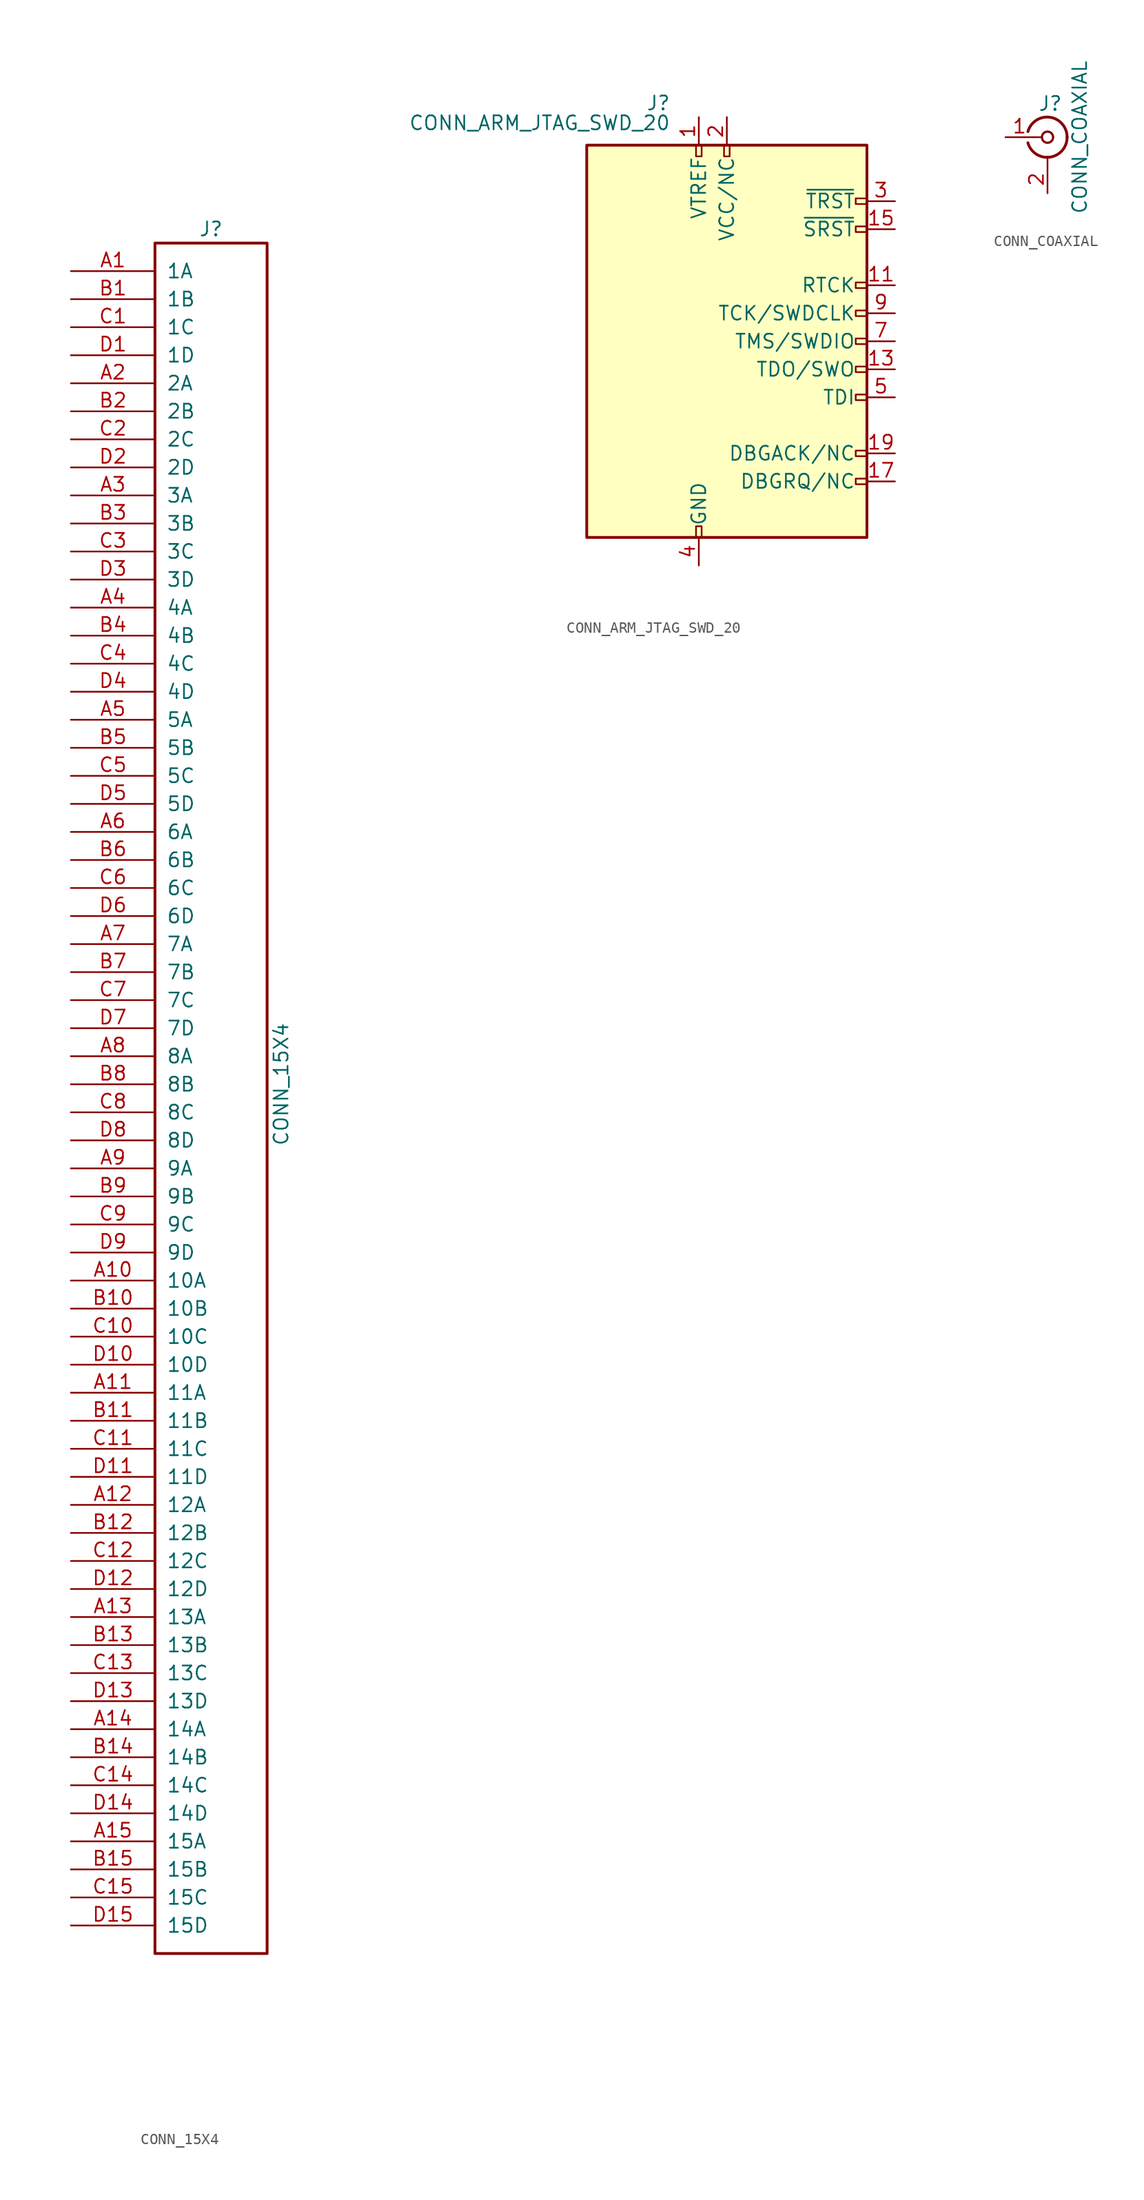
<source format=kicad_sym>
(kicad_symbol_lib
  (version 20211014)
  (generator kicad_symbol_editor)
  (symbol "CONN_15X4"
    (pin_names
      (offset 1.016))
    (property "Reference" "J"
      (at 0 78.74 0)
      (effects (font (size 1.27 1.27))))
    (property "Value" "CONN_15X4"
      (at 6.35 1.27 90)
      (effects (font (size 1.27 1.27))))
    (symbol "CONN_15X4_0_1"
      (rectangle (start 5.08 -77.47) (end -5.08 77.47) (stroke (width 0.254) (type default) (color 0 0 0 0)) (fill (type none))))
    (symbol "CONN_15X4_1_1"
      (pin passive line (at -12.7 74.93 0) (length 7.62) (name "1A" (effects (font (size 1.27 1.27)))) (number "A1" (effects (font (size 1.27 1.27)))))
      (pin passive line (at -12.7 -16.51 0) (length 7.62) (name "10A" (effects (font (size 1.27 1.27)))) (number "A10" (effects (font (size 1.27 1.27)))))
      (pin passive line (at -12.7 -26.67 0) (length 7.62) (name "11A" (effects (font (size 1.27 1.27)))) (number "A11" (effects (font (size 1.27 1.27)))))
      (pin passive line (at -12.7 -36.83 0) (length 7.62) (name "12A" (effects (font (size 1.27 1.27)))) (number "A12" (effects (font (size 1.27 1.27)))))
      (pin passive line (at -12.7 -46.99 0) (length 7.62) (name "13A" (effects (font (size 1.27 1.27)))) (number "A13" (effects (font (size 1.27 1.27)))))
      (pin passive line (at -12.7 -57.15 0) (length 7.62) (name "14A" (effects (font (size 1.27 1.27)))) (number "A14" (effects (font (size 1.27 1.27)))))
      (pin passive line (at -12.7 -67.31 0) (length 7.62) (name "15A" (effects (font (size 1.27 1.27)))) (number "A15" (effects (font (size 1.27 1.27)))))
      (pin passive line (at -12.7 64.77 0) (length 7.62) (name "2A" (effects (font (size 1.27 1.27)))) (number "A2" (effects (font (size 1.27 1.27)))))
      (pin passive line (at -12.7 54.61 0) (length 7.62) (name "3A" (effects (font (size 1.27 1.27)))) (number "A3" (effects (font (size 1.27 1.27)))))
      (pin passive line (at -12.7 44.45 0) (length 7.62) (name "4A" (effects (font (size 1.27 1.27)))) (number "A4" (effects (font (size 1.27 1.27)))))
      (pin passive line (at -12.7 34.29 0) (length 7.62) (name "5A" (effects (font (size 1.27 1.27)))) (number "A5" (effects (font (size 1.27 1.27)))))
      (pin passive line (at -12.7 24.13 0) (length 7.62) (name "6A" (effects (font (size 1.27 1.27)))) (number "A6" (effects (font (size 1.27 1.27)))))
      (pin passive line (at -12.7 13.97 0) (length 7.62) (name "7A" (effects (font (size 1.27 1.27)))) (number "A7" (effects (font (size 1.27 1.27)))))
      (pin passive line (at -12.7 3.81 0) (length 7.62) (name "8A" (effects (font (size 1.27 1.27)))) (number "A8" (effects (font (size 1.27 1.27)))))
      (pin passive line (at -12.7 -6.35 0) (length 7.62) (name "9A" (effects (font (size 1.27 1.27)))) (number "A9" (effects (font (size 1.27 1.27)))))
      (pin passive line (at -12.7 72.39 0) (length 7.62) (name "1B" (effects (font (size 1.27 1.27)))) (number "B1" (effects (font (size 1.27 1.27)))))
      (pin passive line (at -12.7 -19.05 0) (length 7.62) (name "10B" (effects (font (size 1.27 1.27)))) (number "B10" (effects (font (size 1.27 1.27)))))
      (pin passive line (at -12.7 -29.21 0) (length 7.62) (name "11B" (effects (font (size 1.27 1.27)))) (number "B11" (effects (font (size 1.27 1.27)))))
      (pin passive line (at -12.7 -39.37 0) (length 7.62) (name "12B" (effects (font (size 1.27 1.27)))) (number "B12" (effects (font (size 1.27 1.27)))))
      (pin passive line (at -12.7 -49.53 0) (length 7.62) (name "13B" (effects (font (size 1.27 1.27)))) (number "B13" (effects (font (size 1.27 1.27)))))
      (pin passive line (at -12.7 -59.69 0) (length 7.62) (name "14B" (effects (font (size 1.27 1.27)))) (number "B14" (effects (font (size 1.27 1.27)))))
      (pin passive line (at -12.7 -69.85 0) (length 7.62) (name "15B" (effects (font (size 1.27 1.27)))) (number "B15" (effects (font (size 1.27 1.27)))))
      (pin passive line (at -12.7 62.23 0) (length 7.62) (name "2B" (effects (font (size 1.27 1.27)))) (number "B2" (effects (font (size 1.27 1.27)))))
      (pin passive line (at -12.7 52.07 0) (length 7.62) (name "3B" (effects (font (size 1.27 1.27)))) (number "B3" (effects (font (size 1.27 1.27)))))
      (pin passive line (at -12.7 41.91 0) (length 7.62) (name "4B" (effects (font (size 1.27 1.27)))) (number "B4" (effects (font (size 1.27 1.27)))))
      (pin passive line (at -12.7 31.75 0) (length 7.62) (name "5B" (effects (font (size 1.27 1.27)))) (number "B5" (effects (font (size 1.27 1.27)))))
      (pin passive line (at -12.7 21.59 0) (length 7.62) (name "6B" (effects (font (size 1.27 1.27)))) (number "B6" (effects (font (size 1.27 1.27)))))
      (pin passive line (at -12.7 11.43 0) (length 7.62) (name "7B" (effects (font (size 1.27 1.27)))) (number "B7" (effects (font (size 1.27 1.27)))))
      (pin passive line (at -12.7 1.27 0) (length 7.62) (name "8B" (effects (font (size 1.27 1.27)))) (number "B8" (effects (font (size 1.27 1.27)))))
      (pin passive line (at -12.7 -8.89 0) (length 7.62) (name "9B" (effects (font (size 1.27 1.27)))) (number "B9" (effects (font (size 1.27 1.27)))))
      (pin passive line (at -12.7 69.85 0) (length 7.62) (name "1C" (effects (font (size 1.27 1.27)))) (number "C1" (effects (font (size 1.27 1.27)))))
      (pin passive line (at -12.7 -21.59 0) (length 7.62) (name "10C" (effects (font (size 1.27 1.27)))) (number "C10" (effects (font (size 1.27 1.27)))))
      (pin passive line (at -12.7 -31.75 0) (length 7.62) (name "11C" (effects (font (size 1.27 1.27)))) (number "C11" (effects (font (size 1.27 1.27)))))
      (pin passive line (at -12.7 -41.91 0) (length 7.62) (name "12C" (effects (font (size 1.27 1.27)))) (number "C12" (effects (font (size 1.27 1.27)))))
      (pin passive line (at -12.7 -52.07 0) (length 7.62) (name "13C" (effects (font (size 1.27 1.27)))) (number "C13" (effects (font (size 1.27 1.27)))))
      (pin passive line (at -12.7 -62.23 0) (length 7.62) (name "14C" (effects (font (size 1.27 1.27)))) (number "C14" (effects (font (size 1.27 1.27)))))
      (pin passive line (at -12.7 -72.39 0) (length 7.62) (name "15C" (effects (font (size 1.27 1.27)))) (number "C15" (effects (font (size 1.27 1.27)))))
      (pin passive line (at -12.7 59.69 0) (length 7.62) (name "2C" (effects (font (size 1.27 1.27)))) (number "C2" (effects (font (size 1.27 1.27)))))
      (pin passive line (at -12.7 49.53 0) (length 7.62) (name "3C" (effects (font (size 1.27 1.27)))) (number "C3" (effects (font (size 1.27 1.27)))))
      (pin passive line (at -12.7 39.37 0) (length 7.62) (name "4C" (effects (font (size 1.27 1.27)))) (number "C4" (effects (font (size 1.27 1.27)))))
      (pin passive line (at -12.7 29.21 0) (length 7.62) (name "5C" (effects (font (size 1.27 1.27)))) (number "C5" (effects (font (size 1.27 1.27)))))
      (pin passive line (at -12.7 19.05 0) (length 7.62) (name "6C" (effects (font (size 1.27 1.27)))) (number "C6" (effects (font (size 1.27 1.27)))))
      (pin passive line (at -12.7 8.89 0) (length 7.62) (name "7C" (effects (font (size 1.27 1.27)))) (number "C7" (effects (font (size 1.27 1.27)))))
      (pin passive line (at -12.7 -1.27 0) (length 7.62) (name "8C" (effects (font (size 1.27 1.27)))) (number "C8" (effects (font (size 1.27 1.27)))))
      (pin passive line (at -12.7 -11.43 0) (length 7.62) (name "9C" (effects (font (size 1.27 1.27)))) (number "C9" (effects (font (size 1.27 1.27)))))
      (pin passive line (at -12.7 67.31 0) (length 7.62) (name "1D" (effects (font (size 1.27 1.27)))) (number "D1" (effects (font (size 1.27 1.27)))))
      (pin passive line (at -12.7 -24.13 0) (length 7.62) (name "10D" (effects (font (size 1.27 1.27)))) (number "D10" (effects (font (size 1.27 1.27)))))
      (pin passive line (at -12.7 -34.29 0) (length 7.62) (name "11D" (effects (font (size 1.27 1.27)))) (number "D11" (effects (font (size 1.27 1.27)))))
      (pin passive line (at -12.7 -44.45 0) (length 7.62) (name "12D" (effects (font (size 1.27 1.27)))) (number "D12" (effects (font (size 1.27 1.27)))))
      (pin passive line (at -12.7 -54.61 0) (length 7.62) (name "13D" (effects (font (size 1.27 1.27)))) (number "D13" (effects (font (size 1.27 1.27)))))
      (pin passive line (at -12.7 -64.77 0) (length 7.62) (name "14D" (effects (font (size 1.27 1.27)))) (number "D14" (effects (font (size 1.27 1.27)))))
      (pin passive line (at -12.7 -74.93 0) (length 7.62) (name "15D" (effects (font (size 1.27 1.27)))) (number "D15" (effects (font (size 1.27 1.27)))))
      (pin passive line (at -12.7 57.15 0) (length 7.62) (name "2D" (effects (font (size 1.27 1.27)))) (number "D2" (effects (font (size 1.27 1.27)))))
      (pin passive line (at -12.7 46.99 0) (length 7.62) (name "3D" (effects (font (size 1.27 1.27)))) (number "D3" (effects (font (size 1.27 1.27)))))
      (pin passive line (at -12.7 36.83 0) (length 7.62) (name "4D" (effects (font (size 1.27 1.27)))) (number "D4" (effects (font (size 1.27 1.27)))))
      (pin passive line (at -12.7 26.67 0) (length 7.62) (name "5D" (effects (font (size 1.27 1.27)))) (number "D5" (effects (font (size 1.27 1.27)))))
      (pin passive line (at -12.7 16.51 0) (length 7.62) (name "6D" (effects (font (size 1.27 1.27)))) (number "D6" (effects (font (size 1.27 1.27)))))
      (pin passive line (at -12.7 6.35 0) (length 7.62) (name "7D" (effects (font (size 1.27 1.27)))) (number "D7" (effects (font (size 1.27 1.27)))))
      (pin passive line (at -12.7 -3.81 0) (length 7.62) (name "8D" (effects (font (size 1.27 1.27)))) (number "D8" (effects (font (size 1.27 1.27)))))
      (pin passive line (at -12.7 -13.97 0) (length 7.62) (name "9D" (effects (font (size 1.27 1.27)))) (number "D9" (effects (font (size 1.27 1.27)))))))
  (symbol "CONN_ARM_JTAG_SWD_20"
    (pin_names
      (offset 1.016))
    (property "Reference" "J"
      (at -5.08 21.59 0)
      (effects (font (size 1.27 1.27)) (justify right)))
    (property "Value" "CONN_ARM_JTAG_SWD_20"
      (at -5.08 19.05 0)
      (effects (font (size 1.27 1.27)) (justify right bottom)))
    (symbol "CONN_ARM_JTAG_SWD_20_0_1"
      (rectangle (start -12.7 17.78) (end 12.7 -17.78) (stroke (width 0.254) (type default) (color 0 0 0 0)) (fill (type background)))
      (rectangle (start -2.794 -17.78) (end -2.286 -16.764) (stroke (width 0) (type default) (color 0 0 0 0)) (fill (type none)))
      (rectangle (start -2.794 17.78) (end -2.286 16.764) (stroke (width 0) (type default) (color 0 0 0 0)) (fill (type none)))
      (rectangle (start -0.254 17.78) (end 0.254 16.764) (stroke (width 0) (type default) (color 0 0 0 0)) (fill (type none)))
      (rectangle (start 11.684 2.286) (end 12.7 2.794) (stroke (width 0) (type default) (color 0 0 0 0)) (fill (type none)))
      (rectangle (start 12.7 -12.446) (end 11.684 -12.954) (stroke (width 0) (type default) (color 0 0 0 0)) (fill (type none)))
      (rectangle (start 12.7 -9.906) (end 11.684 -10.414) (stroke (width 0) (type default) (color 0 0 0 0)) (fill (type none)))
      (rectangle (start 12.7 -2.794) (end 11.684 -2.286) (stroke (width 0) (type default) (color 0 0 0 0)) (fill (type none)))
      (rectangle (start 12.7 -0.254) (end 11.684 0.254) (stroke (width 0) (type default) (color 0 0 0 0)) (fill (type none)))
      (rectangle (start 12.7 4.826) (end 11.684 5.334) (stroke (width 0) (type default) (color 0 0 0 0)) (fill (type none)))
      (rectangle (start 12.7 10.414) (end 11.684 9.906) (stroke (width 0) (type default) (color 0 0 0 0)) (fill (type none)))
      (rectangle (start 12.7 12.954) (end 11.684 12.446) (stroke (width 0) (type default) (color 0 0 0 0)) (fill (type none))))
    (symbol "CONN_ARM_JTAG_SWD_20_1_1"
      (rectangle (start 11.684 -5.334) (end 12.7 -4.826) (stroke (width 0) (type default) (color 0 0 0 0)) (fill (type none)))
      (pin power_in line (at -2.54 20.32 270) (length 2.54) (name "VTREF" (effects (font (size 1.27 1.27)))) (number "1" (effects (font (size 1.27 1.27)))))
      (pin power_in line (at -2.54 -20.32 90) (length 2.54) hide (name "GND" (effects (font (size 1.27 1.27)))) (number "10" (effects (font (size 1.27 1.27)))))
      (pin input line (at 15.24 5.08 180) (length 2.54) (name "RTCK" (effects (font (size 1.27 1.27)))) (number "11" (effects (font (size 1.27 1.27)))))
      (pin power_in line (at -2.54 -20.32 90) (length 2.54) hide (name "GND" (effects (font (size 1.27 1.27)))) (number "12" (effects (font (size 1.27 1.27)))))
      (pin input line (at 15.24 -2.54 180) (length 2.54) (name "TDO/SWO" (effects (font (size 1.27 1.27)))) (number "13" (effects (font (size 1.27 1.27)))))
      (pin power_in line (at -2.54 -20.32 90) (length 2.54) hide (name "GND" (effects (font (size 1.27 1.27)))) (number "14" (effects (font (size 1.27 1.27)))))
      (pin bidirectional line (at 15.24 10.16 180) (length 2.54) (name "~{SRST}" (effects (font (size 1.27 1.27)))) (number "15" (effects (font (size 1.27 1.27)))))
      (pin power_in line (at -2.54 -20.32 90) (length 2.54) hide (name "GND" (effects (font (size 1.27 1.27)))) (number "16" (effects (font (size 1.27 1.27)))))
      (pin output line (at 15.24 -12.7 180) (length 2.54) (name "DBGRQ/NC" (effects (font (size 1.27 1.27)))) (number "17" (effects (font (size 1.27 1.27)))))
      (pin power_in line (at -2.54 -20.32 90) (length 2.54) hide (name "GND" (effects (font (size 1.27 1.27)))) (number "18" (effects (font (size 1.27 1.27)))))
      (pin input line (at 15.24 -10.16 180) (length 2.54) (name "DBGACK/NC" (effects (font (size 1.27 1.27)))) (number "19" (effects (font (size 1.27 1.27)))))
      (pin power_in line (at 0 20.32 270) (length 2.54) (name "VCC/NC" (effects (font (size 1.27 1.27)))) (number "2" (effects (font (size 1.27 1.27)))))
      (pin power_in line (at -2.54 -20.32 90) (length 2.54) hide (name "GND" (effects (font (size 1.27 1.27)))) (number "20" (effects (font (size 1.27 1.27)))))
      (pin output line (at 15.24 12.7 180) (length 2.54) (name "~{TRST}" (effects (font (size 1.27 1.27)))) (number "3" (effects (font (size 1.27 1.27)))))
      (pin power_in line (at -2.54 -20.32 90) (length 2.54) (name "GND" (effects (font (size 1.27 1.27)))) (number "4" (effects (font (size 1.27 1.27)))))
      (pin output line (at 15.24 -5.08 180) (length 2.54) (name "TDI" (effects (font (size 1.27 1.27)))) (number "5" (effects (font (size 1.27 1.27)))))
      (pin power_in line (at -2.54 -20.32 90) (length 2.54) hide (name "GND" (effects (font (size 1.27 1.27)))) (number "6" (effects (font (size 1.27 1.27)))))
      (pin output line (at 15.24 0 180) (length 2.54) (name "TMS/SWDIO" (effects (font (size 1.27 1.27)))) (number "7" (effects (font (size 1.27 1.27)))))
      (pin power_in line (at -2.54 -20.32 90) (length 2.54) hide (name "GND" (effects (font (size 1.27 1.27)))) (number "8" (effects (font (size 1.27 1.27)))))
      (pin output line (at 15.24 2.54 180) (length 2.54) (name "TCK/SWDCLK" (effects (font (size 1.27 1.27)))) (number "9" (effects (font (size 1.27 1.27)))))))
  (symbol "CONN_COAXIAL"
    (pin_names
      (offset 1.016) hide)
    (property "Reference" "J"
      (at 0.254 3.048 0)
      (effects (font (size 1.27 1.27))))
    (property "Value" "CONN_COAXIAL"
      (at 2.921 0 90)
      (effects (font (size 1.27 1.27))))
    (symbol "CONN_COAXIAL_0_1"
      (arc (start -1.778 -0.508) (mid 0.2311 -1.8066) (end 1.778 0) (stroke (width 0.254) (type default) (color 0 0 0 0)) (fill (type none)))
      (polyline (pts (xy -1.27 0) (xy -0.508 0)) (stroke (width 0) (type default) (color 0 0 0 0)) (fill (type none)))
      (polyline (pts (xy 0 -2.54) (xy 0 -1.778)) (stroke (width 0) (type default) (color 0 0 0 0)) (fill (type none)))
      (circle (center 0 0) (radius 0.508) (stroke (width 0.203) (type default) (color 0 0 0 0)) (fill (type none)))
      (arc (start 1.778 0) (mid 0.2099 1.8101) (end -1.778 0.508) (stroke (width 0.254) (type default) (color 0 0 0 0)) (fill (type none))))
    (symbol "CONN_COAXIAL_1_1"
      (pin passive line (at -3.81 0 0) (length 2.54) (name "In" (effects (font (size 1.27 1.27)))) (number "1" (effects (font (size 1.27 1.27)))))
      (pin passive line (at 0 -5.08 90) (length 2.54) (name "Ext" (effects (font (size 1.27 1.27)))) (number "2" (effects (font (size 1.27 1.27))))))))
</source>
